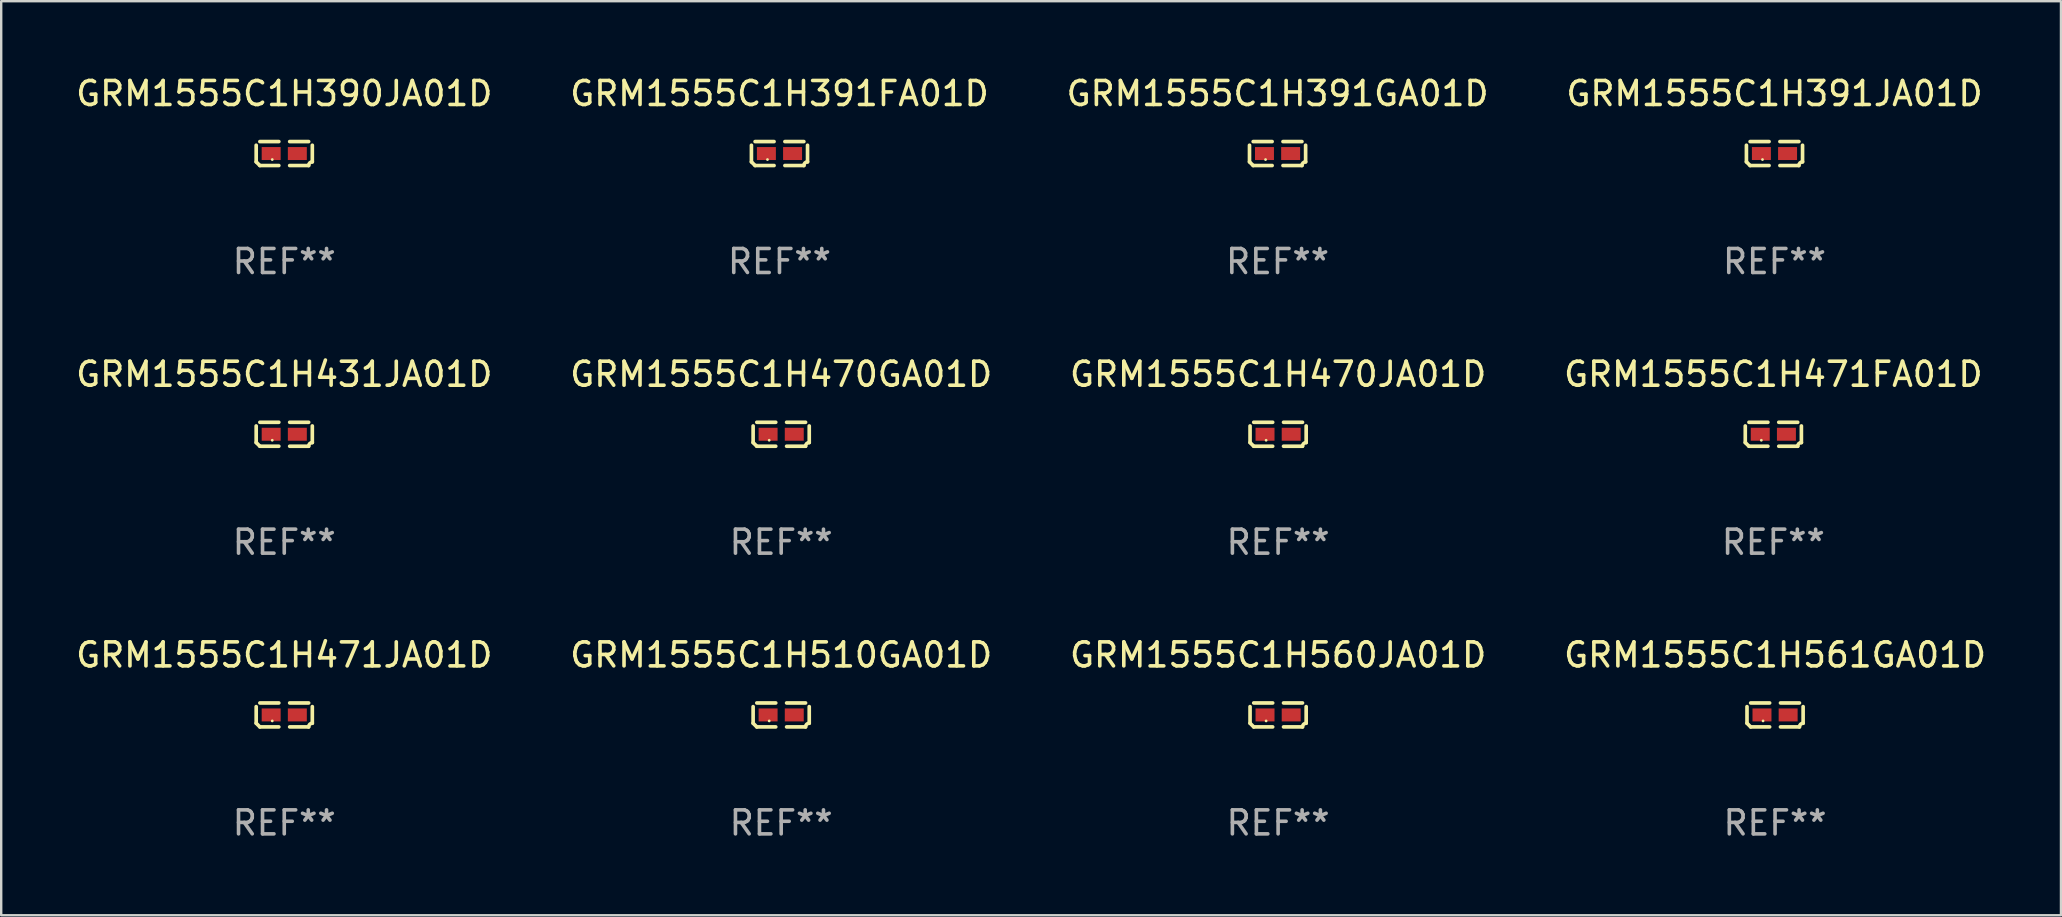
<source format=kicad_pcb>
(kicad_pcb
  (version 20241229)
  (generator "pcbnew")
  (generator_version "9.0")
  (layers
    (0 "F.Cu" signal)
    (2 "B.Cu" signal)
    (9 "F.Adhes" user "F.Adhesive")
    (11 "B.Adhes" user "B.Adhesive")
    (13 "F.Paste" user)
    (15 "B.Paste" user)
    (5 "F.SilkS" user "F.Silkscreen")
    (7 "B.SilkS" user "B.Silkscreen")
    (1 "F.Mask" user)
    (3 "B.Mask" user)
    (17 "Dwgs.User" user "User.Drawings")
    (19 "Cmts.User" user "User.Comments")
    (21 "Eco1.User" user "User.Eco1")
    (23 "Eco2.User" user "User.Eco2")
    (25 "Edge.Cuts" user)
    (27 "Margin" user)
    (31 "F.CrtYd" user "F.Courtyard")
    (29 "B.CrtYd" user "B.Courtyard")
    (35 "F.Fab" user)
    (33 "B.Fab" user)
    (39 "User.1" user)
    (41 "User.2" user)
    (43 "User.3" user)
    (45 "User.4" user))
  (footprint "GRM1555C1H391JA01D"
    (layer "F.Cu")
    (at 70.875 3.347)
    (property "Reference" "GRM1555C1H391JA01D" (at 0 -2.499 0) (layer "F.SilkS") (effects (font (size 1 1) (thickness 0.15))))
    (attr through_hole)
    (fp_line (start -1.169 0.346) (end -1.169 -0.346) (stroke (width 0.152) (type solid)) (layer "F.SilkS"))
    (fp_line (start -1.016 -0.499) (end -0.226 -0.499) (stroke (width 0.152) (type solid)) (layer "F.SilkS"))
    (fp_line (start -0.226 0.499) (end -1.016 0.499) (stroke (width 0.152) (type solid)) (layer "F.SilkS"))
    (fp_line (start 0.226 0.499) (end 1.016 0.499) (stroke (width 0.152) (type solid)) (layer "F.SilkS"))
    (fp_line (start 1.016 -0.499) (end 0.226 -0.499) (stroke (width 0.152) (type solid)) (layer "F.SilkS"))
    (fp_line (start 1.169 0.346) (end 1.169 -0.346) (stroke (width 0.152) (type solid)) (layer "F.SilkS"))
    (fp_arc (start -1.016307 0.498603) (mid -1.092512 0.422405) (end -1.16871 0.3462) (stroke (width 0.1524) (type solid)) (layer "F.SilkS"))
    (fp_arc (start 1.016307 0.498603) (mid 1.060899 0.390758) (end 1.168707 0.346076) (stroke (width 0.1524) (type solid)) (layer "F.SilkS"))
    (fp_circle (center -0.5 0.25) (end -0.47 0.25) (stroke (width 0.06) (type solid)) (fill no) (layer "F.SilkS"))
    (fp_text user "REF**" (at 0 4.499 0) (layer "F.Fab") (effects (font (size 1 1) (thickness 0.15))))
    (pad "1" smd rect (at -0.545 0) (size 0.79 0.54) (layers "F.Cu" "F.Mask" "F.Paste"))
    (pad "2" smd rect (at 0.545 0) (size 0.79 0.54) (layers "F.Cu" "F.Mask" "F.Paste")))
  (footprint "GRM1555C1H561GA01D"
    (layer "F.Cu")
    (at 70.899 26.734)
    (property "Reference" "GRM1555C1H561GA01D" (at 0 -2.499 0) (layer "F.SilkS") (effects (font (size 1 1) (thickness 0.15))))
    (attr through_hole)
    (fp_line (start -1.169 0.346) (end -1.169 -0.346) (stroke (width 0.152) (type solid)) (layer "F.SilkS"))
    (fp_line (start -1.016 -0.499) (end -0.226 -0.499) (stroke (width 0.152) (type solid)) (layer "F.SilkS"))
    (fp_line (start -0.226 0.499) (end -1.016 0.499) (stroke (width 0.152) (type solid)) (layer "F.SilkS"))
    (fp_line (start 0.226 0.499) (end 1.016 0.499) (stroke (width 0.152) (type solid)) (layer "F.SilkS"))
    (fp_line (start 1.016 -0.499) (end 0.226 -0.499) (stroke (width 0.152) (type solid)) (layer "F.SilkS"))
    (fp_line (start 1.169 0.346) (end 1.169 -0.346) (stroke (width 0.152) (type solid)) (layer "F.SilkS"))
    (fp_arc (start -1.016307 0.498603) (mid -1.092512 0.422405) (end -1.16871 0.3462) (stroke (width 0.1524) (type solid)) (layer "F.SilkS"))
    (fp_arc (start 1.016307 0.498603) (mid 1.060899 0.390758) (end 1.168707 0.346076) (stroke (width 0.1524) (type solid)) (layer "F.SilkS"))
    (fp_circle (center -0.5 0.25) (end -0.47 0.25) (stroke (width 0.06) (type solid)) (fill no) (layer "F.SilkS"))
    (fp_text user "REF**" (at 0 4.499 0) (layer "F.Fab") (effects (font (size 1 1) (thickness 0.15))))
    (pad "1" smd rect (at -0.545 0) (size 0.79 0.54) (layers "F.Cu" "F.Mask" "F.Paste"))
    (pad "2" smd rect (at 0.545 0) (size 0.79 0.54) (layers "F.Cu" "F.Mask" "F.Paste")))
  (footprint "GRM1555C1H391GA01D"
    (layer "F.Cu")
    (at 50.173 3.347)
    (property "Reference" "GRM1555C1H391GA01D" (at 0 -2.499 0) (layer "F.SilkS") (effects (font (size 1 1) (thickness 0.15))))
    (attr through_hole)
    (fp_line (start -1.169 0.346) (end -1.169 -0.346) (stroke (width 0.152) (type solid)) (layer "F.SilkS"))
    (fp_line (start -1.016 -0.499) (end -0.226 -0.499) (stroke (width 0.152) (type solid)) (layer "F.SilkS"))
    (fp_line (start -0.226 0.499) (end -1.016 0.499) (stroke (width 0.152) (type solid)) (layer "F.SilkS"))
    (fp_line (start 0.226 0.499) (end 1.016 0.499) (stroke (width 0.152) (type solid)) (layer "F.SilkS"))
    (fp_line (start 1.016 -0.499) (end 0.226 -0.499) (stroke (width 0.152) (type solid)) (layer "F.SilkS"))
    (fp_line (start 1.169 0.346) (end 1.169 -0.346) (stroke (width 0.152) (type solid)) (layer "F.SilkS"))
    (fp_arc (start -1.016307 0.498603) (mid -1.092512 0.422405) (end -1.16871 0.3462) (stroke (width 0.1524) (type solid)) (layer "F.SilkS"))
    (fp_arc (start 1.016307 0.498603) (mid 1.060899 0.390758) (end 1.168707 0.346076) (stroke (width 0.1524) (type solid)) (layer "F.SilkS"))
    (fp_circle (center -0.5 0.25) (end -0.47 0.25) (stroke (width 0.06) (type solid)) (fill no) (layer "F.SilkS"))
    (fp_text user "REF**" (at 0 4.499 0) (layer "F.Fab") (effects (font (size 1 1) (thickness 0.15))))
    (pad "1" smd rect (at -0.545 0) (size 0.79 0.54) (layers "F.Cu" "F.Mask" "F.Paste"))
    (pad "2" smd rect (at 0.545 0) (size 0.79 0.54) (layers "F.Cu" "F.Mask" "F.Paste")))
  (footprint "GRM1555C1H560JA01D"
    (layer "F.Cu")
    (at 50.196 26.734)
    (property "Reference" "GRM1555C1H560JA01D" (at 0 -2.499 0) (layer "F.SilkS") (effects (font (size 1 1) (thickness 0.15))))
    (attr through_hole)
    (fp_line (start -1.169 0.346) (end -1.169 -0.346) (stroke (width 0.152) (type solid)) (layer "F.SilkS"))
    (fp_line (start -1.016 -0.499) (end -0.226 -0.499) (stroke (width 0.152) (type solid)) (layer "F.SilkS"))
    (fp_line (start -0.226 0.499) (end -1.016 0.499) (stroke (width 0.152) (type solid)) (layer "F.SilkS"))
    (fp_line (start 0.226 0.499) (end 1.016 0.499) (stroke (width 0.152) (type solid)) (layer "F.SilkS"))
    (fp_line (start 1.016 -0.499) (end 0.226 -0.499) (stroke (width 0.152) (type solid)) (layer "F.SilkS"))
    (fp_line (start 1.169 0.346) (end 1.169 -0.346) (stroke (width 0.152) (type solid)) (layer "F.SilkS"))
    (fp_arc (start -1.016307 0.498603) (mid -1.092512 0.422405) (end -1.16871 0.3462) (stroke (width 0.1524) (type solid)) (layer "F.SilkS"))
    (fp_arc (start 1.016307 0.498603) (mid 1.060899 0.390758) (end 1.168707 0.346076) (stroke (width 0.1524) (type solid)) (layer "F.SilkS"))
    (fp_circle (center -0.5 0.25) (end -0.47 0.25) (stroke (width 0.06) (type solid)) (fill no) (layer "F.SilkS"))
    (fp_text user "REF**" (at 0 4.499 0) (layer "F.Fab") (effects (font (size 1 1) (thickness 0.15))))
    (pad "1" smd rect (at -0.545 0) (size 0.79 0.54) (layers "F.Cu" "F.Mask" "F.Paste"))
    (pad "2" smd rect (at 0.545 0) (size 0.79 0.54) (layers "F.Cu" "F.Mask" "F.Paste")))
  (footprint "GRM1555C1H471FA01D"
    (layer "F.Cu")
    (at 70.827 15.041)
    (property "Reference" "GRM1555C1H471FA01D" (at 0 -2.499 0) (layer "F.SilkS") (effects (font (size 1 1) (thickness 0.15))))
    (attr through_hole)
    (fp_line (start -1.169 0.346) (end -1.169 -0.346) (stroke (width 0.152) (type solid)) (layer "F.SilkS"))
    (fp_line (start -1.016 -0.499) (end -0.226 -0.499) (stroke (width 0.152) (type solid)) (layer "F.SilkS"))
    (fp_line (start -0.226 0.499) (end -1.016 0.499) (stroke (width 0.152) (type solid)) (layer "F.SilkS"))
    (fp_line (start 0.226 0.499) (end 1.016 0.499) (stroke (width 0.152) (type solid)) (layer "F.SilkS"))
    (fp_line (start 1.016 -0.499) (end 0.226 -0.499) (stroke (width 0.152) (type solid)) (layer "F.SilkS"))
    (fp_line (start 1.169 0.346) (end 1.169 -0.346) (stroke (width 0.152) (type solid)) (layer "F.SilkS"))
    (fp_arc (start -1.016307 0.498603) (mid -1.092512 0.422405) (end -1.16871 0.3462) (stroke (width 0.1524) (type solid)) (layer "F.SilkS"))
    (fp_arc (start 1.016307 0.498603) (mid 1.060899 0.390758) (end 1.168707 0.346076) (stroke (width 0.1524) (type solid)) (layer "F.SilkS"))
    (fp_circle (center -0.5 0.25) (end -0.47 0.25) (stroke (width 0.06) (type solid)) (fill no) (layer "F.SilkS"))
    (fp_text user "REF**" (at 0 4.499 0) (layer "F.Fab") (effects (font (size 1 1) (thickness 0.15))))
    (pad "1" smd rect (at -0.545 0) (size 0.79 0.54) (layers "F.Cu" "F.Mask" "F.Paste"))
    (pad "2" smd rect (at 0.545 0) (size 0.79 0.54) (layers "F.Cu" "F.Mask" "F.Paste")))
  (footprint "GRM1555C1H391FA01D"
    (layer "F.Cu")
    (at 29.423 3.347)
    (property "Reference" "GRM1555C1H391FA01D" (at 0 -2.499 0) (layer "F.SilkS") (effects (font (size 1 1) (thickness 0.15))))
    (attr through_hole)
    (fp_line (start -1.169 0.346) (end -1.169 -0.346) (stroke (width 0.152) (type solid)) (layer "F.SilkS"))
    (fp_line (start -1.016 -0.499) (end -0.226 -0.499) (stroke (width 0.152) (type solid)) (layer "F.SilkS"))
    (fp_line (start -0.226 0.499) (end -1.016 0.499) (stroke (width 0.152) (type solid)) (layer "F.SilkS"))
    (fp_line (start 0.226 0.499) (end 1.016 0.499) (stroke (width 0.152) (type solid)) (layer "F.SilkS"))
    (fp_line (start 1.016 -0.499) (end 0.226 -0.499) (stroke (width 0.152) (type solid)) (layer "F.SilkS"))
    (fp_line (start 1.169 0.346) (end 1.169 -0.346) (stroke (width 0.152) (type solid)) (layer "F.SilkS"))
    (fp_arc (start -1.016307 0.498603) (mid -1.092512 0.422405) (end -1.16871 0.3462) (stroke (width 0.1524) (type solid)) (layer "F.SilkS"))
    (fp_arc (start 1.016307 0.498603) (mid 1.060899 0.390758) (end 1.168707 0.346076) (stroke (width 0.1524) (type solid)) (layer "F.SilkS"))
    (fp_circle (center -0.5 0.25) (end -0.47 0.25) (stroke (width 0.06) (type solid)) (fill no) (layer "F.SilkS"))
    (fp_text user "REF**" (at 0 4.499 0) (layer "F.Fab") (effects (font (size 1 1) (thickness 0.15))))
    (pad "1" smd rect (at -0.545 0) (size 0.79 0.54) (layers "F.Cu" "F.Mask" "F.Paste"))
    (pad "2" smd rect (at 0.545 0) (size 0.79 0.54) (layers "F.Cu" "F.Mask" "F.Paste")))
  (footprint "GRM1555C1H470JA01D"
    (layer "F.Cu")
    (at 50.196 15.041)
    (property "Reference" "GRM1555C1H470JA01D" (at 0 -2.499 0) (layer "F.SilkS") (effects (font (size 1 1) (thickness 0.15))))
    (attr through_hole)
    (fp_line (start -1.169 0.346) (end -1.169 -0.346) (stroke (width 0.152) (type solid)) (layer "F.SilkS"))
    (fp_line (start -1.016 -0.499) (end -0.226 -0.499) (stroke (width 0.152) (type solid)) (layer "F.SilkS"))
    (fp_line (start -0.226 0.499) (end -1.016 0.499) (stroke (width 0.152) (type solid)) (layer "F.SilkS"))
    (fp_line (start 0.226 0.499) (end 1.016 0.499) (stroke (width 0.152) (type solid)) (layer "F.SilkS"))
    (fp_line (start 1.016 -0.499) (end 0.226 -0.499) (stroke (width 0.152) (type solid)) (layer "F.SilkS"))
    (fp_line (start 1.169 0.346) (end 1.169 -0.346) (stroke (width 0.152) (type solid)) (layer "F.SilkS"))
    (fp_arc (start -1.016307 0.498603) (mid -1.092512 0.422405) (end -1.16871 0.3462) (stroke (width 0.1524) (type solid)) (layer "F.SilkS"))
    (fp_arc (start 1.016307 0.498603) (mid 1.060899 0.390758) (end 1.168707 0.346076) (stroke (width 0.1524) (type solid)) (layer "F.SilkS"))
    (fp_circle (center -0.5 0.25) (end -0.47 0.25) (stroke (width 0.06) (type solid)) (fill no) (layer "F.SilkS"))
    (fp_text user "REF**" (at 0 4.499 0) (layer "F.Fab") (effects (font (size 1 1) (thickness 0.15))))
    (pad "1" smd rect (at -0.545 0) (size 0.79 0.54) (layers "F.Cu" "F.Mask" "F.Paste"))
    (pad "2" smd rect (at 0.545 0) (size 0.79 0.54) (layers "F.Cu" "F.Mask" "F.Paste")))
  (footprint "GRM1555C1H510GA01D"
    (layer "F.Cu")
    (at 29.494 26.734)
    (property "Reference" "GRM1555C1H510GA01D" (at 0 -2.499 0) (layer "F.SilkS") (effects (font (size 1 1) (thickness 0.15))))
    (attr through_hole)
    (fp_line (start -1.169 0.346) (end -1.169 -0.346) (stroke (width 0.152) (type solid)) (layer "F.SilkS"))
    (fp_line (start -1.016 -0.499) (end -0.226 -0.499) (stroke (width 0.152) (type solid)) (layer "F.SilkS"))
    (fp_line (start -0.226 0.499) (end -1.016 0.499) (stroke (width 0.152) (type solid)) (layer "F.SilkS"))
    (fp_line (start 0.226 0.499) (end 1.016 0.499) (stroke (width 0.152) (type solid)) (layer "F.SilkS"))
    (fp_line (start 1.016 -0.499) (end 0.226 -0.499) (stroke (width 0.152) (type solid)) (layer "F.SilkS"))
    (fp_line (start 1.169 0.346) (end 1.169 -0.346) (stroke (width 0.152) (type solid)) (layer "F.SilkS"))
    (fp_arc (start -1.016307 0.498603) (mid -1.092512 0.422405) (end -1.16871 0.3462) (stroke (width 0.1524) (type solid)) (layer "F.SilkS"))
    (fp_arc (start 1.016307 0.498603) (mid 1.060899 0.390758) (end 1.168707 0.346076) (stroke (width 0.1524) (type solid)) (layer "F.SilkS"))
    (fp_circle (center -0.5 0.25) (end -0.47 0.25) (stroke (width 0.06) (type solid)) (fill no) (layer "F.SilkS"))
    (fp_text user "REF**" (at 0 4.499 0) (layer "F.Fab") (effects (font (size 1 1) (thickness 0.15))))
    (pad "1" smd rect (at -0.545 0) (size 0.79 0.54) (layers "F.Cu" "F.Mask" "F.Paste"))
    (pad "2" smd rect (at 0.545 0) (size 0.79 0.54) (layers "F.Cu" "F.Mask" "F.Paste")))
  (footprint "GRM1555C1H470GA01D"
    (layer "F.Cu")
    (at 29.494 15.041)
    (property "Reference" "GRM1555C1H470GA01D" (at 0 -2.499 0) (layer "F.SilkS") (effects (font (size 1 1) (thickness 0.15))))
    (attr through_hole)
    (fp_line (start -1.169 0.346) (end -1.169 -0.346) (stroke (width 0.152) (type solid)) (layer "F.SilkS"))
    (fp_line (start -1.016 -0.499) (end -0.226 -0.499) (stroke (width 0.152) (type solid)) (layer "F.SilkS"))
    (fp_line (start -0.226 0.499) (end -1.016 0.499) (stroke (width 0.152) (type solid)) (layer "F.SilkS"))
    (fp_line (start 0.226 0.499) (end 1.016 0.499) (stroke (width 0.152) (type solid)) (layer "F.SilkS"))
    (fp_line (start 1.016 -0.499) (end 0.226 -0.499) (stroke (width 0.152) (type solid)) (layer "F.SilkS"))
    (fp_line (start 1.169 0.346) (end 1.169 -0.346) (stroke (width 0.152) (type solid)) (layer "F.SilkS"))
    (fp_arc (start -1.016307 0.498603) (mid -1.092512 0.422405) (end -1.16871 0.3462) (stroke (width 0.1524) (type solid)) (layer "F.SilkS"))
    (fp_arc (start 1.016307 0.498603) (mid 1.060899 0.390758) (end 1.168707 0.346076) (stroke (width 0.1524) (type solid)) (layer "F.SilkS"))
    (fp_circle (center -0.5 0.25) (end -0.47 0.25) (stroke (width 0.06) (type solid)) (fill no) (layer "F.SilkS"))
    (fp_text user "REF**" (at 0 4.499 0) (layer "F.Fab") (effects (font (size 1 1) (thickness 0.15))))
    (pad "1" smd rect (at -0.545 0) (size 0.79 0.54) (layers "F.Cu" "F.Mask" "F.Paste"))
    (pad "2" smd rect (at 0.545 0) (size 0.79 0.54) (layers "F.Cu" "F.Mask" "F.Paste")))
  (footprint "GRM1555C1H471JA01D"
    (layer "F.Cu")
    (at 8.792 26.734)
    (property "Reference" "GRM1555C1H471JA01D" (at 0 -2.499 0) (layer "F.SilkS") (effects (font (size 1 1) (thickness 0.15))))
    (attr through_hole)
    (fp_line (start -1.169 0.346) (end -1.169 -0.346) (stroke (width 0.152) (type solid)) (layer "F.SilkS"))
    (fp_line (start -1.016 -0.499) (end -0.226 -0.499) (stroke (width 0.152) (type solid)) (layer "F.SilkS"))
    (fp_line (start -0.226 0.499) (end -1.016 0.499) (stroke (width 0.152) (type solid)) (layer "F.SilkS"))
    (fp_line (start 0.226 0.499) (end 1.016 0.499) (stroke (width 0.152) (type solid)) (layer "F.SilkS"))
    (fp_line (start 1.016 -0.499) (end 0.226 -0.499) (stroke (width 0.152) (type solid)) (layer "F.SilkS"))
    (fp_line (start 1.169 0.346) (end 1.169 -0.346) (stroke (width 0.152) (type solid)) (layer "F.SilkS"))
    (fp_arc (start -1.016307 0.498603) (mid -1.092512 0.422405) (end -1.16871 0.3462) (stroke (width 0.1524) (type solid)) (layer "F.SilkS"))
    (fp_arc (start 1.016307 0.498603) (mid 1.060899 0.390758) (end 1.168707 0.346076) (stroke (width 0.1524) (type solid)) (layer "F.SilkS"))
    (fp_circle (center -0.5 0.25) (end -0.47 0.25) (stroke (width 0.06) (type solid)) (fill no) (layer "F.SilkS"))
    (fp_text user "REF**" (at 0 4.499 0) (layer "F.Fab") (effects (font (size 1 1) (thickness 0.15))))
    (pad "1" smd rect (at -0.545 0) (size 0.79 0.54) (layers "F.Cu" "F.Mask" "F.Paste"))
    (pad "2" smd rect (at 0.545 0) (size 0.79 0.54) (layers "F.Cu" "F.Mask" "F.Paste")))
  (footprint "GRM1555C1H390JA01D"
    (layer "F.Cu")
    (at 8.792 3.347)
    (property "Reference" "GRM1555C1H390JA01D" (at 0 -2.499 0) (layer "F.SilkS") (effects (font (size 1 1) (thickness 0.15))))
    (attr through_hole)
    (fp_line (start -1.169 0.346) (end -1.169 -0.346) (stroke (width 0.152) (type solid)) (layer "F.SilkS"))
    (fp_line (start -1.016 -0.499) (end -0.226 -0.499) (stroke (width 0.152) (type solid)) (layer "F.SilkS"))
    (fp_line (start -0.226 0.499) (end -1.016 0.499) (stroke (width 0.152) (type solid)) (layer "F.SilkS"))
    (fp_line (start 0.226 0.499) (end 1.016 0.499) (stroke (width 0.152) (type solid)) (layer "F.SilkS"))
    (fp_line (start 1.016 -0.499) (end 0.226 -0.499) (stroke (width 0.152) (type solid)) (layer "F.SilkS"))
    (fp_line (start 1.169 0.346) (end 1.169 -0.346) (stroke (width 0.152) (type solid)) (layer "F.SilkS"))
    (fp_arc (start -1.016307 0.498603) (mid -1.092512 0.422405) (end -1.16871 0.3462) (stroke (width 0.1524) (type solid)) (layer "F.SilkS"))
    (fp_arc (start 1.016307 0.498603) (mid 1.060899 0.390758) (end 1.168707 0.346076) (stroke (width 0.1524) (type solid)) (layer "F.SilkS"))
    (fp_circle (center -0.5 0.25) (end -0.47 0.25) (stroke (width 0.06) (type solid)) (fill no) (layer "F.SilkS"))
    (fp_text user "REF**" (at 0 4.499 0) (layer "F.Fab") (effects (font (size 1 1) (thickness 0.15))))
    (pad "1" smd rect (at -0.545 0) (size 0.79 0.54) (layers "F.Cu" "F.Mask" "F.Paste"))
    (pad "2" smd rect (at 0.545 0) (size 0.79 0.54) (layers "F.Cu" "F.Mask" "F.Paste")))
  (footprint "GRM1555C1H431JA01D"
    (layer "F.Cu")
    (at 8.792 15.041)
    (property "Reference" "GRM1555C1H431JA01D" (at 0 -2.499 0) (layer "F.SilkS") (effects (font (size 1 1) (thickness 0.15))))
    (attr through_hole)
    (fp_line (start -1.169 0.346) (end -1.169 -0.346) (stroke (width 0.152) (type solid)) (layer "F.SilkS"))
    (fp_line (start -1.016 -0.499) (end -0.226 -0.499) (stroke (width 0.152) (type solid)) (layer "F.SilkS"))
    (fp_line (start -0.226 0.499) (end -1.016 0.499) (stroke (width 0.152) (type solid)) (layer "F.SilkS"))
    (fp_line (start 0.226 0.499) (end 1.016 0.499) (stroke (width 0.152) (type solid)) (layer "F.SilkS"))
    (fp_line (start 1.016 -0.499) (end 0.226 -0.499) (stroke (width 0.152) (type solid)) (layer "F.SilkS"))
    (fp_line (start 1.169 0.346) (end 1.169 -0.346) (stroke (width 0.152) (type solid)) (layer "F.SilkS"))
    (fp_arc (start -1.016307 0.498603) (mid -1.092512 0.422405) (end -1.16871 0.3462) (stroke (width 0.1524) (type solid)) (layer "F.SilkS"))
    (fp_arc (start 1.016307 0.498603) (mid 1.060899 0.390758) (end 1.168707 0.346076) (stroke (width 0.1524) (type solid)) (layer "F.SilkS"))
    (fp_circle (center -0.5 0.25) (end -0.47 0.25) (stroke (width 0.06) (type solid)) (fill no) (layer "F.SilkS"))
    (fp_text user "REF**" (at 0 4.499 0) (layer "F.Fab") (effects (font (size 1 1) (thickness 0.15))))
    (pad "1" smd rect (at -0.545 0) (size 0.79 0.54) (layers "F.Cu" "F.Mask" "F.Paste"))
    (pad "2" smd rect (at 0.545 0) (size 0.79 0.54) (layers "F.Cu" "F.Mask" "F.Paste")))
  (gr_rect
    (start -3 -3)
    (end 82.81 35.081)
    (stroke (width 0.1) (type default))
    (fill no)
    (layer "Edge.Cuts")))
</source>
